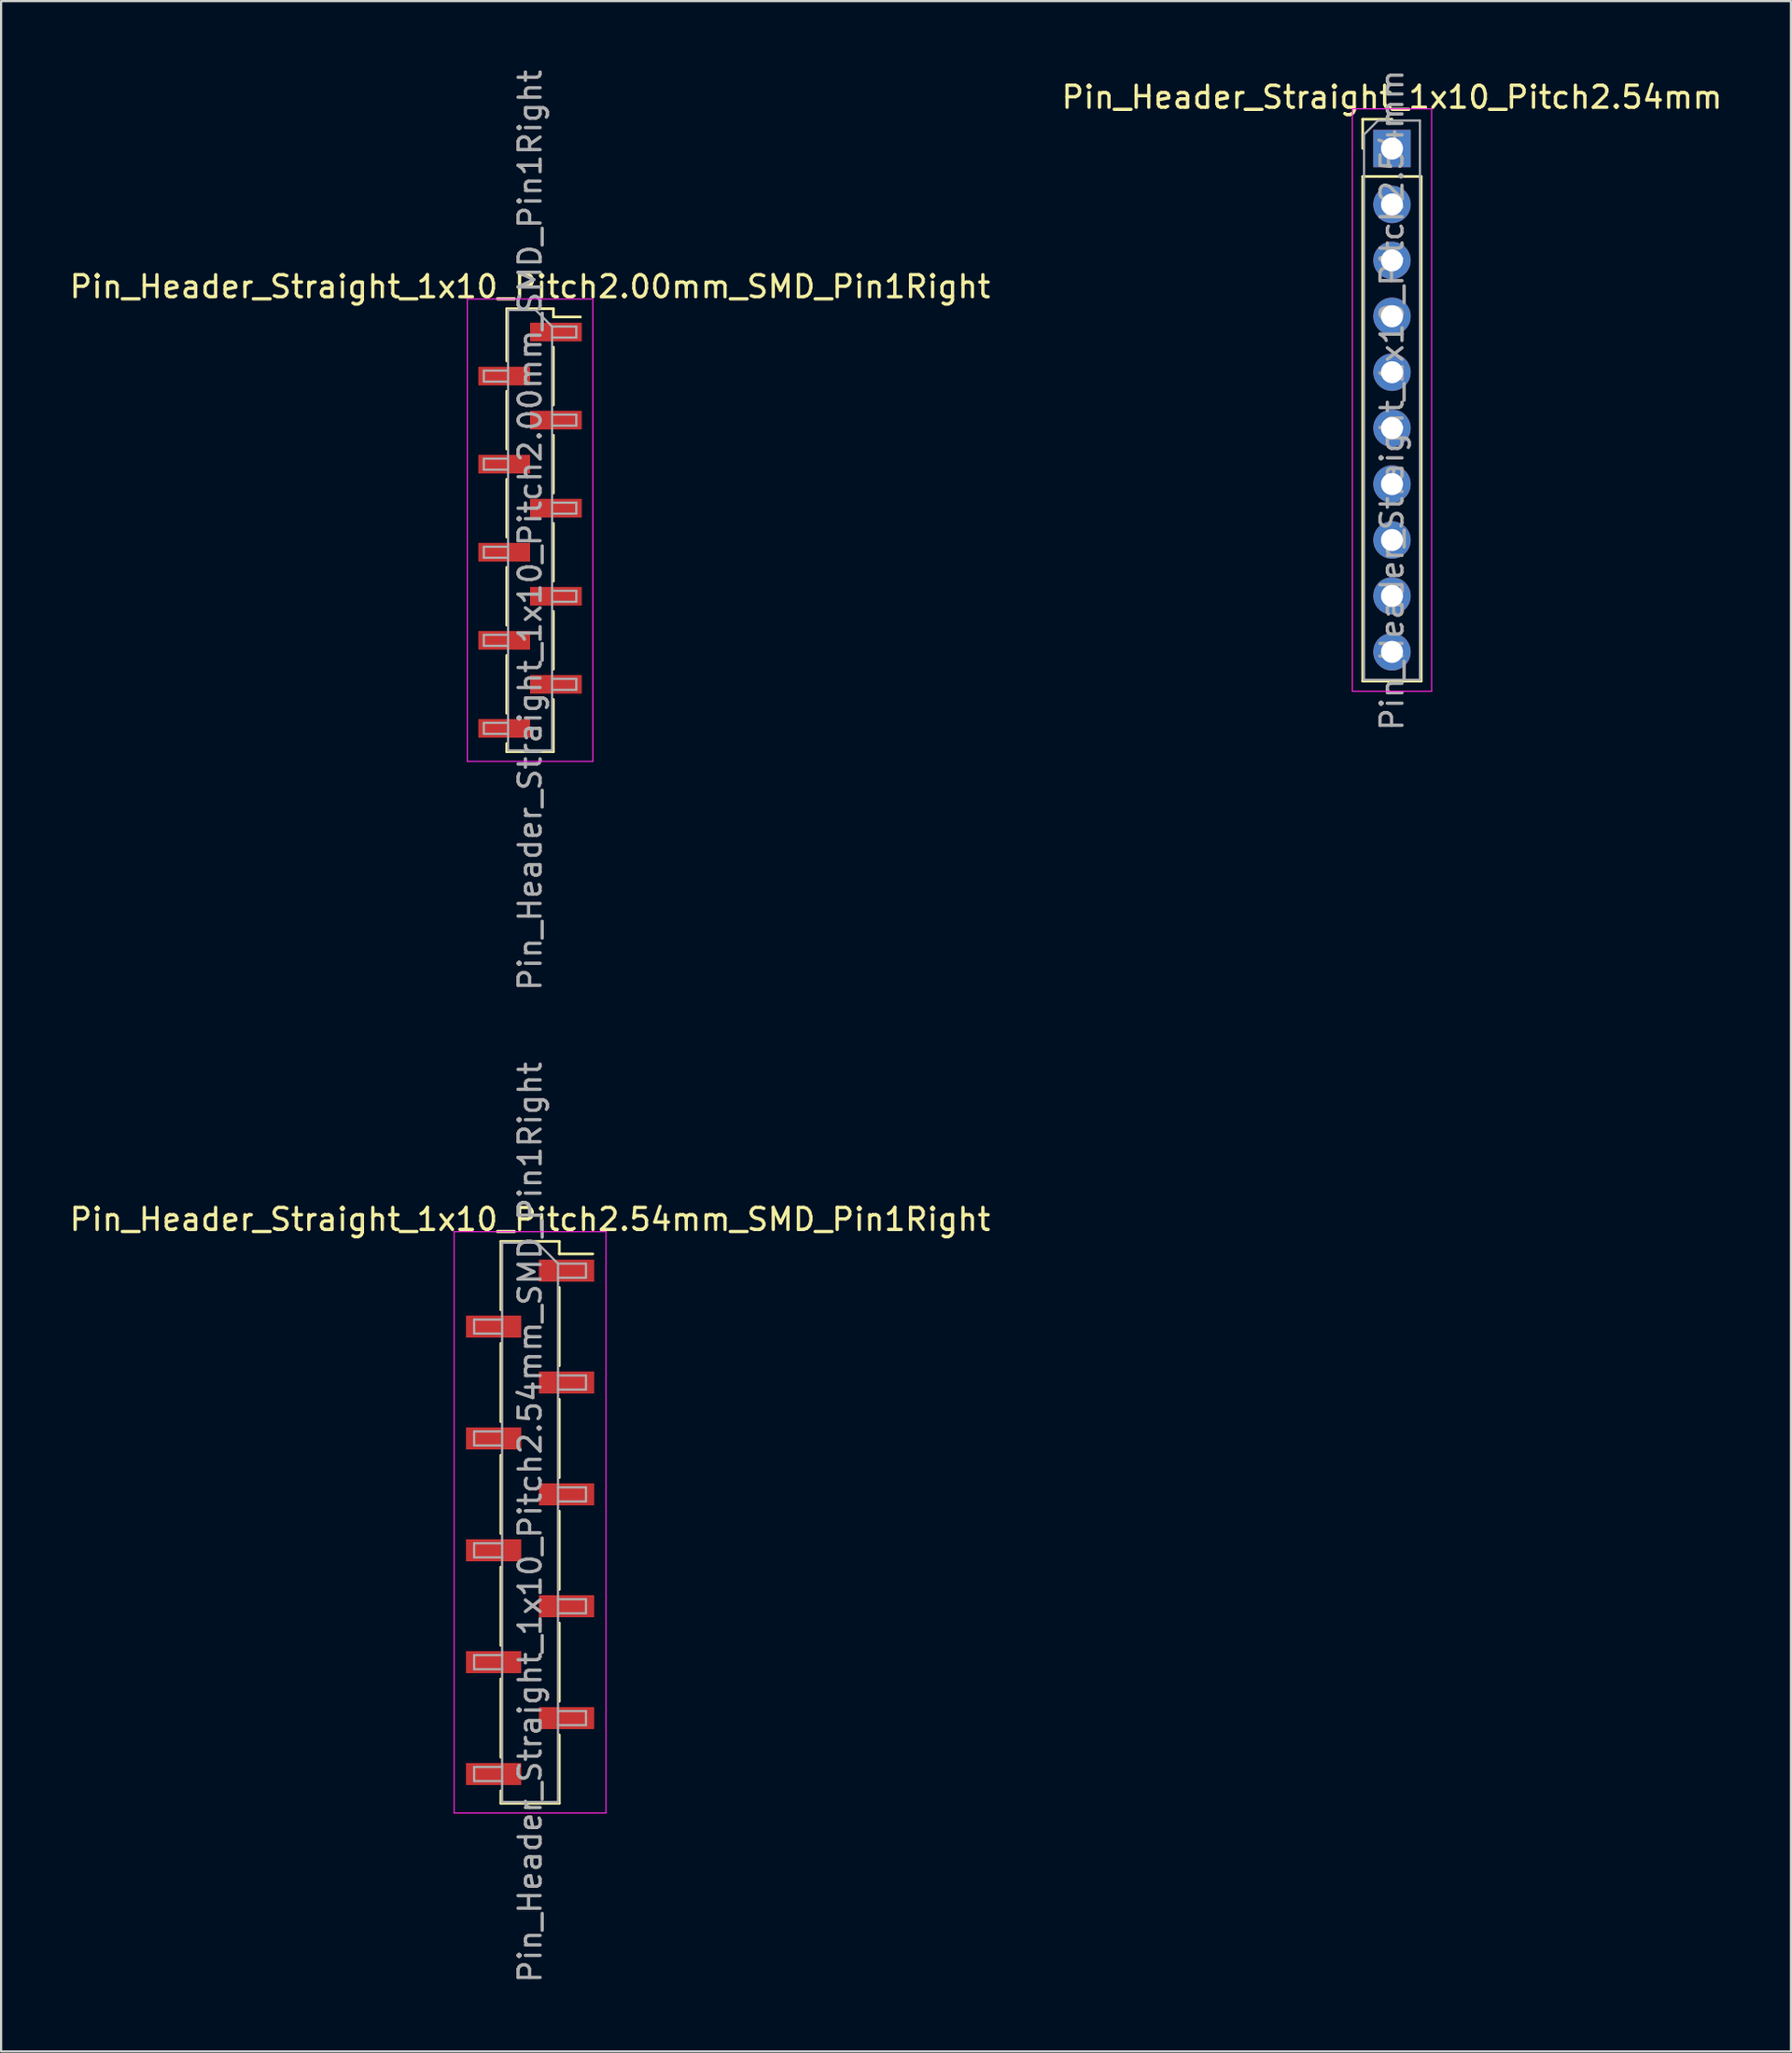
<source format=kicad_pcb>
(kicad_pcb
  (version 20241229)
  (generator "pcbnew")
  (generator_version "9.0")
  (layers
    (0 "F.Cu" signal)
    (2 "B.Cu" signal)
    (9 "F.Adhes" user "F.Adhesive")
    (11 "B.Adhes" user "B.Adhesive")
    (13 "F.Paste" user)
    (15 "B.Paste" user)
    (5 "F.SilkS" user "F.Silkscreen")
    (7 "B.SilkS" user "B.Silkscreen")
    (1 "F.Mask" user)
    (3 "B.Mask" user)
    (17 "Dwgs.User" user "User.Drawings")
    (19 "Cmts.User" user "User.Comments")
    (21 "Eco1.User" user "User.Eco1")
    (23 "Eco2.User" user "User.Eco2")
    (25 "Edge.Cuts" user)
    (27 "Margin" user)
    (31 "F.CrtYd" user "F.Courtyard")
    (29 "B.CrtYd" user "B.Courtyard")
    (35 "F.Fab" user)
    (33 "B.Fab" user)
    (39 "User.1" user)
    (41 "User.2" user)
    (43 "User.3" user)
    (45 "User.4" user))
  (footprint "Pin_Header_Straight_1x10_Pitch2.00mm_SMD_Pin1Right"
    (layer "F.Cu")
    (at 21.03 21.03)
    (property "Reference" "Pin_Header_Straight_1x10_Pitch2.00mm_SMD_Pin1Right" (at 0 -11.06 0) (layer "F.SilkS") (effects (font (size 1 1) (thickness 0.15))))
    (attr smd)
    (fp_line (start -1.06 -10.06) (end -1.06 -7.685) (stroke (width 0.12) (type solid)) (layer "F.SilkS"))
    (fp_line (start -1.06 -10.06) (end 1.06 -10.06) (stroke (width 0.12) (type solid)) (layer "F.SilkS"))
    (fp_line (start -1.06 -6.315) (end -1.06 -3.685) (stroke (width 0.12) (type solid)) (layer "F.SilkS"))
    (fp_line (start -1.06 -2.315) (end -1.06 0.315) (stroke (width 0.12) (type solid)) (layer "F.SilkS"))
    (fp_line (start -1.06 1.685) (end -1.06 4.315) (stroke (width 0.12) (type solid)) (layer "F.SilkS"))
    (fp_line (start -1.06 5.685) (end -1.06 8.315) (stroke (width 0.12) (type solid)) (layer "F.SilkS"))
    (fp_line (start -1.06 9.685) (end -1.06 10.06) (stroke (width 0.12) (type solid)) (layer "F.SilkS"))
    (fp_line (start -1.06 10.06) (end 1.06 10.06) (stroke (width 0.12) (type solid)) (layer "F.SilkS"))
    (fp_line (start 1.06 -10.06) (end 1.06 -9.685) (stroke (width 0.12) (type solid)) (layer "F.SilkS"))
    (fp_line (start 1.06 -9.685) (end 2.29 -9.685) (stroke (width 0.12) (type solid)) (layer "F.SilkS"))
    (fp_line (start 1.06 -8.315) (end 1.06 -5.685) (stroke (width 0.12) (type solid)) (layer "F.SilkS"))
    (fp_line (start 1.06 -4.315) (end 1.06 -1.685) (stroke (width 0.12) (type solid)) (layer "F.SilkS"))
    (fp_line (start 1.06 -0.315) (end 1.06 2.315) (stroke (width 0.12) (type solid)) (layer "F.SilkS"))
    (fp_line (start 1.06 3.685) (end 1.06 6.315) (stroke (width 0.12) (type solid)) (layer "F.SilkS"))
    (fp_line (start 1.06 7.685) (end 1.06 10.06) (stroke (width 0.12) (type solid)) (layer "F.SilkS"))
    (fp_line (start -2.85 -10.5) (end -2.85 10.5) (stroke (width 0.05) (type solid)) (layer "F.CrtYd"))
    (fp_line (start -2.85 10.5) (end 2.85 10.5) (stroke (width 0.05) (type solid)) (layer "F.CrtYd"))
    (fp_line (start 2.85 -10.5) (end -2.85 -10.5) (stroke (width 0.05) (type solid)) (layer "F.CrtYd"))
    (fp_line (start 2.85 10.5) (end 2.85 -10.5) (stroke (width 0.05) (type solid)) (layer "F.CrtYd"))
    (fp_line (start -2.1 -7.25) (end -2.1 -6.75) (stroke (width 0.1) (type solid)) (layer "F.Fab"))
    (fp_line (start -2.1 -6.75) (end -1 -6.75) (stroke (width 0.1) (type solid)) (layer "F.Fab"))
    (fp_line (start -2.1 -3.25) (end -2.1 -2.75) (stroke (width 0.1) (type solid)) (layer "F.Fab"))
    (fp_line (start -2.1 -2.75) (end -1 -2.75) (stroke (width 0.1) (type solid)) (layer "F.Fab"))
    (fp_line (start -2.1 0.75) (end -2.1 1.25) (stroke (width 0.1) (type solid)) (layer "F.Fab"))
    (fp_line (start -2.1 1.25) (end -1 1.25) (stroke (width 0.1) (type solid)) (layer "F.Fab"))
    (fp_line (start -2.1 4.75) (end -2.1 5.25) (stroke (width 0.1) (type solid)) (layer "F.Fab"))
    (fp_line (start -2.1 5.25) (end -1 5.25) (stroke (width 0.1) (type solid)) (layer "F.Fab"))
    (fp_line (start -2.1 8.75) (end -2.1 9.25) (stroke (width 0.1) (type solid)) (layer "F.Fab"))
    (fp_line (start -2.1 9.25) (end -1 9.25) (stroke (width 0.1) (type solid)) (layer "F.Fab"))
    (fp_line (start -1 -10) (end -1 10) (stroke (width 0.1) (type solid)) (layer "F.Fab"))
    (fp_line (start -1 -10) (end 0.25 -10) (stroke (width 0.1) (type solid)) (layer "F.Fab"))
    (fp_line (start -1 -7.25) (end -2.1 -7.25) (stroke (width 0.1) (type solid)) (layer "F.Fab"))
    (fp_line (start -1 -3.25) (end -2.1 -3.25) (stroke (width 0.1) (type solid)) (layer "F.Fab"))
    (fp_line (start -1 0.75) (end -2.1 0.75) (stroke (width 0.1) (type solid)) (layer "F.Fab"))
    (fp_line (start -1 4.75) (end -2.1 4.75) (stroke (width 0.1) (type solid)) (layer "F.Fab"))
    (fp_line (start -1 8.75) (end -2.1 8.75) (stroke (width 0.1) (type solid)) (layer "F.Fab"))
    (fp_line (start 1 -9.25) (end 0.25 -10) (stroke (width 0.1) (type solid)) (layer "F.Fab"))
    (fp_line (start 1 -9.25) (end 2.1 -9.25) (stroke (width 0.1) (type solid)) (layer "F.Fab"))
    (fp_line (start 1 -5.25) (end 2.1 -5.25) (stroke (width 0.1) (type solid)) (layer "F.Fab"))
    (fp_line (start 1 -1.25) (end 2.1 -1.25) (stroke (width 0.1) (type solid)) (layer "F.Fab"))
    (fp_line (start 1 2.75) (end 2.1 2.75) (stroke (width 0.1) (type solid)) (layer "F.Fab"))
    (fp_line (start 1 6.75) (end 2.1 6.75) (stroke (width 0.1) (type solid)) (layer "F.Fab"))
    (fp_line (start 1 10) (end -1 10) (stroke (width 0.1) (type solid)) (layer "F.Fab"))
    (fp_line (start 1 10) (end 1 -9.25) (stroke (width 0.1) (type solid)) (layer "F.Fab"))
    (fp_line (start 2.1 -9.25) (end 2.1 -8.75) (stroke (width 0.1) (type solid)) (layer "F.Fab"))
    (fp_line (start 2.1 -8.75) (end 1 -8.75) (stroke (width 0.1) (type solid)) (layer "F.Fab"))
    (fp_line (start 2.1 -5.25) (end 2.1 -4.75) (stroke (width 0.1) (type solid)) (layer "F.Fab"))
    (fp_line (start 2.1 -4.75) (end 1 -4.75) (stroke (width 0.1) (type solid)) (layer "F.Fab"))
    (fp_line (start 2.1 -1.25) (end 2.1 -0.75) (stroke (width 0.1) (type solid)) (layer "F.Fab"))
    (fp_line (start 2.1 -0.75) (end 1 -0.75) (stroke (width 0.1) (type solid)) (layer "F.Fab"))
    (fp_line (start 2.1 2.75) (end 2.1 3.25) (stroke (width 0.1) (type solid)) (layer "F.Fab"))
    (fp_line (start 2.1 3.25) (end 1 3.25) (stroke (width 0.1) (type solid)) (layer "F.Fab"))
    (fp_line (start 2.1 6.75) (end 2.1 7.25) (stroke (width 0.1) (type solid)) (layer "F.Fab"))
    (fp_line (start 2.1 7.25) (end 1 7.25) (stroke (width 0.1) (type solid)) (layer "F.Fab"))
    (fp_text user "${REFERENCE}" (at 0 0 90) (layer "F.Fab") (effects (font (size 1 1) (thickness 0.15))))
    (pad "1" smd rect (at 1.175 -9) (size 2.35 0.85) (layers "F.Cu" "F.Mask" "F.Paste"))
    (pad "2" smd rect (at -1.175 -7) (size 2.35 0.85) (layers "F.Cu" "F.Mask" "F.Paste"))
    (pad "3" smd rect (at 1.175 -5) (size 2.35 0.85) (layers "F.Cu" "F.Mask" "F.Paste"))
    (pad "4" smd rect (at -1.175 -3) (size 2.35 0.85) (layers "F.Cu" "F.Mask" "F.Paste"))
    (pad "5" smd rect (at 1.175 -1) (size 2.35 0.85) (layers "F.Cu" "F.Mask" "F.Paste"))
    (pad "6" smd rect (at -1.175 1) (size 2.35 0.85) (layers "F.Cu" "F.Mask" "F.Paste"))
    (pad "7" smd rect (at 1.175 3) (size 2.35 0.85) (layers "F.Cu" "F.Mask" "F.Paste"))
    (pad "8" smd rect (at -1.175 5) (size 2.35 0.85) (layers "F.Cu" "F.Mask" "F.Paste"))
    (pad "9" smd rect (at 1.175 7) (size 2.35 0.85) (layers "F.Cu" "F.Mask" "F.Paste"))
    (pad "10" smd rect (at -1.175 9) (size 2.35 0.85) (layers "F.Cu" "F.Mask" "F.Paste")))
  (footprint "Pin_Header_Straight_1x10_Pitch2.54mm"
    (layer "F.Cu")
    (at 60.185 3.695)
    (property "Reference" "Pin_Header_Straight_1x10_Pitch2.54mm" (at 0 -2.33 0) (layer "F.SilkS") (effects (font (size 1 1) (thickness 0.15))))
    (attr through_hole)
    (fp_line (start -1.33 -1.33) (end 0 -1.33) (stroke (width 0.12) (type solid)) (layer "F.SilkS"))
    (fp_line (start -1.33 0) (end -1.33 -1.33) (stroke (width 0.12) (type solid)) (layer "F.SilkS"))
    (fp_line (start -1.33 1.27) (end -1.33 24.19) (stroke (width 0.12) (type solid)) (layer "F.SilkS"))
    (fp_line (start -1.33 1.27) (end 1.33 1.27) (stroke (width 0.12) (type solid)) (layer "F.SilkS"))
    (fp_line (start -1.33 24.19) (end 1.33 24.19) (stroke (width 0.12) (type solid)) (layer "F.SilkS"))
    (fp_line (start 1.33 1.27) (end 1.33 24.19) (stroke (width 0.12) (type solid)) (layer "F.SilkS"))
    (fp_line (start -1.8 -1.8) (end -1.8 24.65) (stroke (width 0.05) (type solid)) (layer "F.CrtYd"))
    (fp_line (start -1.8 24.65) (end 1.8 24.65) (stroke (width 0.05) (type solid)) (layer "F.CrtYd"))
    (fp_line (start 1.8 -1.8) (end -1.8 -1.8) (stroke (width 0.05) (type solid)) (layer "F.CrtYd"))
    (fp_line (start 1.8 24.65) (end 1.8 -1.8) (stroke (width 0.05) (type solid)) (layer "F.CrtYd"))
    (fp_line (start -1.27 -0.635) (end -0.635 -1.27) (stroke (width 0.1) (type solid)) (layer "F.Fab"))
    (fp_line (start -1.27 24.13) (end -1.27 -0.635) (stroke (width 0.1) (type solid)) (layer "F.Fab"))
    (fp_line (start -0.635 -1.27) (end 1.27 -1.27) (stroke (width 0.1) (type solid)) (layer "F.Fab"))
    (fp_line (start 1.27 -1.27) (end 1.27 24.13) (stroke (width 0.1) (type solid)) (layer "F.Fab"))
    (fp_line (start 1.27 24.13) (end -1.27 24.13) (stroke (width 0.1) (type solid)) (layer "F.Fab"))
    (fp_text user "${REFERENCE}" (at 0 11.43 90) (layer "F.Fab") (effects (font (size 1 1) (thickness 0.15))))
    (pad "1" thru_hole rect (at 0 0) (size 1.7 1.7) (drill 1) (layers "*.Cu" "*.Mask"))
    (pad "2" thru_hole oval (at 0 2.54) (size 1.7 1.7) (drill 1) (layers "*.Cu" "*.Mask"))
    (pad "3" thru_hole oval (at 0 5.08) (size 1.7 1.7) (drill 1) (layers "*.Cu" "*.Mask"))
    (pad "4" thru_hole oval (at 0 7.62) (size 1.7 1.7) (drill 1) (layers "*.Cu" "*.Mask"))
    (pad "5" thru_hole oval (at 0 10.16) (size 1.7 1.7) (drill 1) (layers "*.Cu" "*.Mask"))
    (pad "6" thru_hole oval (at 0 12.7) (size 1.7 1.7) (drill 1) (layers "*.Cu" "*.Mask"))
    (pad "7" thru_hole oval (at 0 15.24) (size 1.7 1.7) (drill 1) (layers "*.Cu" "*.Mask"))
    (pad "8" thru_hole oval (at 0 17.78) (size 1.7 1.7) (drill 1) (layers "*.Cu" "*.Mask"))
    (pad "9" thru_hole oval (at 0 20.32) (size 1.7 1.7) (drill 1) (layers "*.Cu" "*.Mask"))
    (pad "10" thru_hole oval (at 0 22.86) (size 1.7 1.7) (drill 1) (layers "*.Cu" "*.Mask")))
  (footprint "Pin_Header_Straight_1x10_Pitch2.54mm_SMD_Pin1Right"
    (layer "F.Cu")
    (at 21.03 66.089)
    (property "Reference" "Pin_Header_Straight_1x10_Pitch2.54mm_SMD_Pin1Right" (at 0 -13.76 0) (layer "F.SilkS") (effects (font (size 1 1) (thickness 0.15))))
    (attr smd)
    (fp_line (start -1.33 -12.76) (end -1.33 -9.65) (stroke (width 0.12) (type solid)) (layer "F.SilkS"))
    (fp_line (start -1.33 -12.76) (end 1.33 -12.76) (stroke (width 0.12) (type solid)) (layer "F.SilkS"))
    (fp_line (start -1.33 -8.13) (end -1.33 -4.57) (stroke (width 0.12) (type solid)) (layer "F.SilkS"))
    (fp_line (start -1.33 -3.05) (end -1.33 0.51) (stroke (width 0.12) (type solid)) (layer "F.SilkS"))
    (fp_line (start -1.33 2.03) (end -1.33 5.59) (stroke (width 0.12) (type solid)) (layer "F.SilkS"))
    (fp_line (start -1.33 7.11) (end -1.33 10.67) (stroke (width 0.12) (type solid)) (layer "F.SilkS"))
    (fp_line (start -1.33 12.19) (end -1.33 12.76) (stroke (width 0.12) (type solid)) (layer "F.SilkS"))
    (fp_line (start -1.33 12.76) (end 1.33 12.76) (stroke (width 0.12) (type solid)) (layer "F.SilkS"))
    (fp_line (start 1.33 -12.76) (end 1.33 -12.19) (stroke (width 0.12) (type solid)) (layer "F.SilkS"))
    (fp_line (start 1.33 -12.19) (end 2.85 -12.19) (stroke (width 0.12) (type solid)) (layer "F.SilkS"))
    (fp_line (start 1.33 -10.67) (end 1.33 -7.11) (stroke (width 0.12) (type solid)) (layer "F.SilkS"))
    (fp_line (start 1.33 -5.59) (end 1.33 -2.03) (stroke (width 0.12) (type solid)) (layer "F.SilkS"))
    (fp_line (start 1.33 -0.51) (end 1.33 3.05) (stroke (width 0.12) (type solid)) (layer "F.SilkS"))
    (fp_line (start 1.33 4.57) (end 1.33 8.13) (stroke (width 0.12) (type solid)) (layer "F.SilkS"))
    (fp_line (start 1.33 9.65) (end 1.33 12.76) (stroke (width 0.12) (type solid)) (layer "F.SilkS"))
    (fp_line (start -3.45 -13.2) (end -3.45 13.2) (stroke (width 0.05) (type solid)) (layer "F.CrtYd"))
    (fp_line (start -3.45 13.2) (end 3.45 13.2) (stroke (width 0.05) (type solid)) (layer "F.CrtYd"))
    (fp_line (start 3.45 -13.2) (end -3.45 -13.2) (stroke (width 0.05) (type solid)) (layer "F.CrtYd"))
    (fp_line (start 3.45 13.2) (end 3.45 -13.2) (stroke (width 0.05) (type solid)) (layer "F.CrtYd"))
    (fp_line (start -2.54 -9.21) (end -2.54 -8.57) (stroke (width 0.1) (type solid)) (layer "F.Fab"))
    (fp_line (start -2.54 -8.57) (end -1.27 -8.57) (stroke (width 0.1) (type solid)) (layer "F.Fab"))
    (fp_line (start -2.54 -4.13) (end -2.54 -3.49) (stroke (width 0.1) (type solid)) (layer "F.Fab"))
    (fp_line (start -2.54 -3.49) (end -1.27 -3.49) (stroke (width 0.1) (type solid)) (layer "F.Fab"))
    (fp_line (start -2.54 0.95) (end -2.54 1.59) (stroke (width 0.1) (type solid)) (layer "F.Fab"))
    (fp_line (start -2.54 1.59) (end -1.27 1.59) (stroke (width 0.1) (type solid)) (layer "F.Fab"))
    (fp_line (start -2.54 6.03) (end -2.54 6.67) (stroke (width 0.1) (type solid)) (layer "F.Fab"))
    (fp_line (start -2.54 6.67) (end -1.27 6.67) (stroke (width 0.1) (type solid)) (layer "F.Fab"))
    (fp_line (start -2.54 11.11) (end -2.54 11.75) (stroke (width 0.1) (type solid)) (layer "F.Fab"))
    (fp_line (start -2.54 11.75) (end -1.27 11.75) (stroke (width 0.1) (type solid)) (layer "F.Fab"))
    (fp_line (start -1.27 -12.7) (end -1.27 12.7) (stroke (width 0.1) (type solid)) (layer "F.Fab"))
    (fp_line (start -1.27 -12.7) (end 0.32 -12.7) (stroke (width 0.1) (type solid)) (layer "F.Fab"))
    (fp_line (start -1.27 -9.21) (end -2.54 -9.21) (stroke (width 0.1) (type solid)) (layer "F.Fab"))
    (fp_line (start -1.27 -4.13) (end -2.54 -4.13) (stroke (width 0.1) (type solid)) (layer "F.Fab"))
    (fp_line (start -1.27 0.95) (end -2.54 0.95) (stroke (width 0.1) (type solid)) (layer "F.Fab"))
    (fp_line (start -1.27 6.03) (end -2.54 6.03) (stroke (width 0.1) (type solid)) (layer "F.Fab"))
    (fp_line (start -1.27 11.11) (end -2.54 11.11) (stroke (width 0.1) (type solid)) (layer "F.Fab"))
    (fp_line (start 1.27 -11.75) (end 0.32 -12.7) (stroke (width 0.1) (type solid)) (layer "F.Fab"))
    (fp_line (start 1.27 -11.75) (end 2.54 -11.75) (stroke (width 0.1) (type solid)) (layer "F.Fab"))
    (fp_line (start 1.27 -6.67) (end 2.54 -6.67) (stroke (width 0.1) (type solid)) (layer "F.Fab"))
    (fp_line (start 1.27 -1.59) (end 2.54 -1.59) (stroke (width 0.1) (type solid)) (layer "F.Fab"))
    (fp_line (start 1.27 3.49) (end 2.54 3.49) (stroke (width 0.1) (type solid)) (layer "F.Fab"))
    (fp_line (start 1.27 8.57) (end 2.54 8.57) (stroke (width 0.1) (type solid)) (layer "F.Fab"))
    (fp_line (start 1.27 12.7) (end -1.27 12.7) (stroke (width 0.1) (type solid)) (layer "F.Fab"))
    (fp_line (start 1.27 12.7) (end 1.27 -11.75) (stroke (width 0.1) (type solid)) (layer "F.Fab"))
    (fp_line (start 2.54 -11.75) (end 2.54 -11.11) (stroke (width 0.1) (type solid)) (layer "F.Fab"))
    (fp_line (start 2.54 -11.11) (end 1.27 -11.11) (stroke (width 0.1) (type solid)) (layer "F.Fab"))
    (fp_line (start 2.54 -6.67) (end 2.54 -6.03) (stroke (width 0.1) (type solid)) (layer "F.Fab"))
    (fp_line (start 2.54 -6.03) (end 1.27 -6.03) (stroke (width 0.1) (type solid)) (layer "F.Fab"))
    (fp_line (start 2.54 -1.59) (end 2.54 -0.95) (stroke (width 0.1) (type solid)) (layer "F.Fab"))
    (fp_line (start 2.54 -0.95) (end 1.27 -0.95) (stroke (width 0.1) (type solid)) (layer "F.Fab"))
    (fp_line (start 2.54 3.49) (end 2.54 4.13) (stroke (width 0.1) (type solid)) (layer "F.Fab"))
    (fp_line (start 2.54 4.13) (end 1.27 4.13) (stroke (width 0.1) (type solid)) (layer "F.Fab"))
    (fp_line (start 2.54 8.57) (end 2.54 9.21) (stroke (width 0.1) (type solid)) (layer "F.Fab"))
    (fp_line (start 2.54 9.21) (end 1.27 9.21) (stroke (width 0.1) (type solid)) (layer "F.Fab"))
    (fp_text user "${REFERENCE}" (at 0 0 90) (layer "F.Fab") (effects (font (size 1 1) (thickness 0.15))))
    (pad "1" smd rect (at 1.655 -11.43) (size 2.51 1) (layers "F.Cu" "F.Mask" "F.Paste"))
    (pad "2" smd rect (at -1.655 -8.89) (size 2.51 1) (layers "F.Cu" "F.Mask" "F.Paste"))
    (pad "3" smd rect (at 1.655 -6.35) (size 2.51 1) (layers "F.Cu" "F.Mask" "F.Paste"))
    (pad "4" smd rect (at -1.655 -3.81) (size 2.51 1) (layers "F.Cu" "F.Mask" "F.Paste"))
    (pad "5" smd rect (at 1.655 -1.27) (size 2.51 1) (layers "F.Cu" "F.Mask" "F.Paste"))
    (pad "6" smd rect (at -1.655 1.27) (size 2.51 1) (layers "F.Cu" "F.Mask" "F.Paste"))
    (pad "7" smd rect (at 1.655 3.81) (size 2.51 1) (layers "F.Cu" "F.Mask" "F.Paste"))
    (pad "8" smd rect (at -1.655 6.35) (size 2.51 1) (layers "F.Cu" "F.Mask" "F.Paste"))
    (pad "9" smd rect (at 1.655 8.89) (size 2.51 1) (layers "F.Cu" "F.Mask" "F.Paste"))
    (pad "10" smd rect (at -1.655 11.43) (size 2.51 1) (layers "F.Cu" "F.Mask" "F.Paste")))
  (gr_rect
    (start -3 -3)
    (end 78.31 90.119)
    (stroke (width 0.1) (type default))
    (fill no)
    (layer "Edge.Cuts")))
</source>
